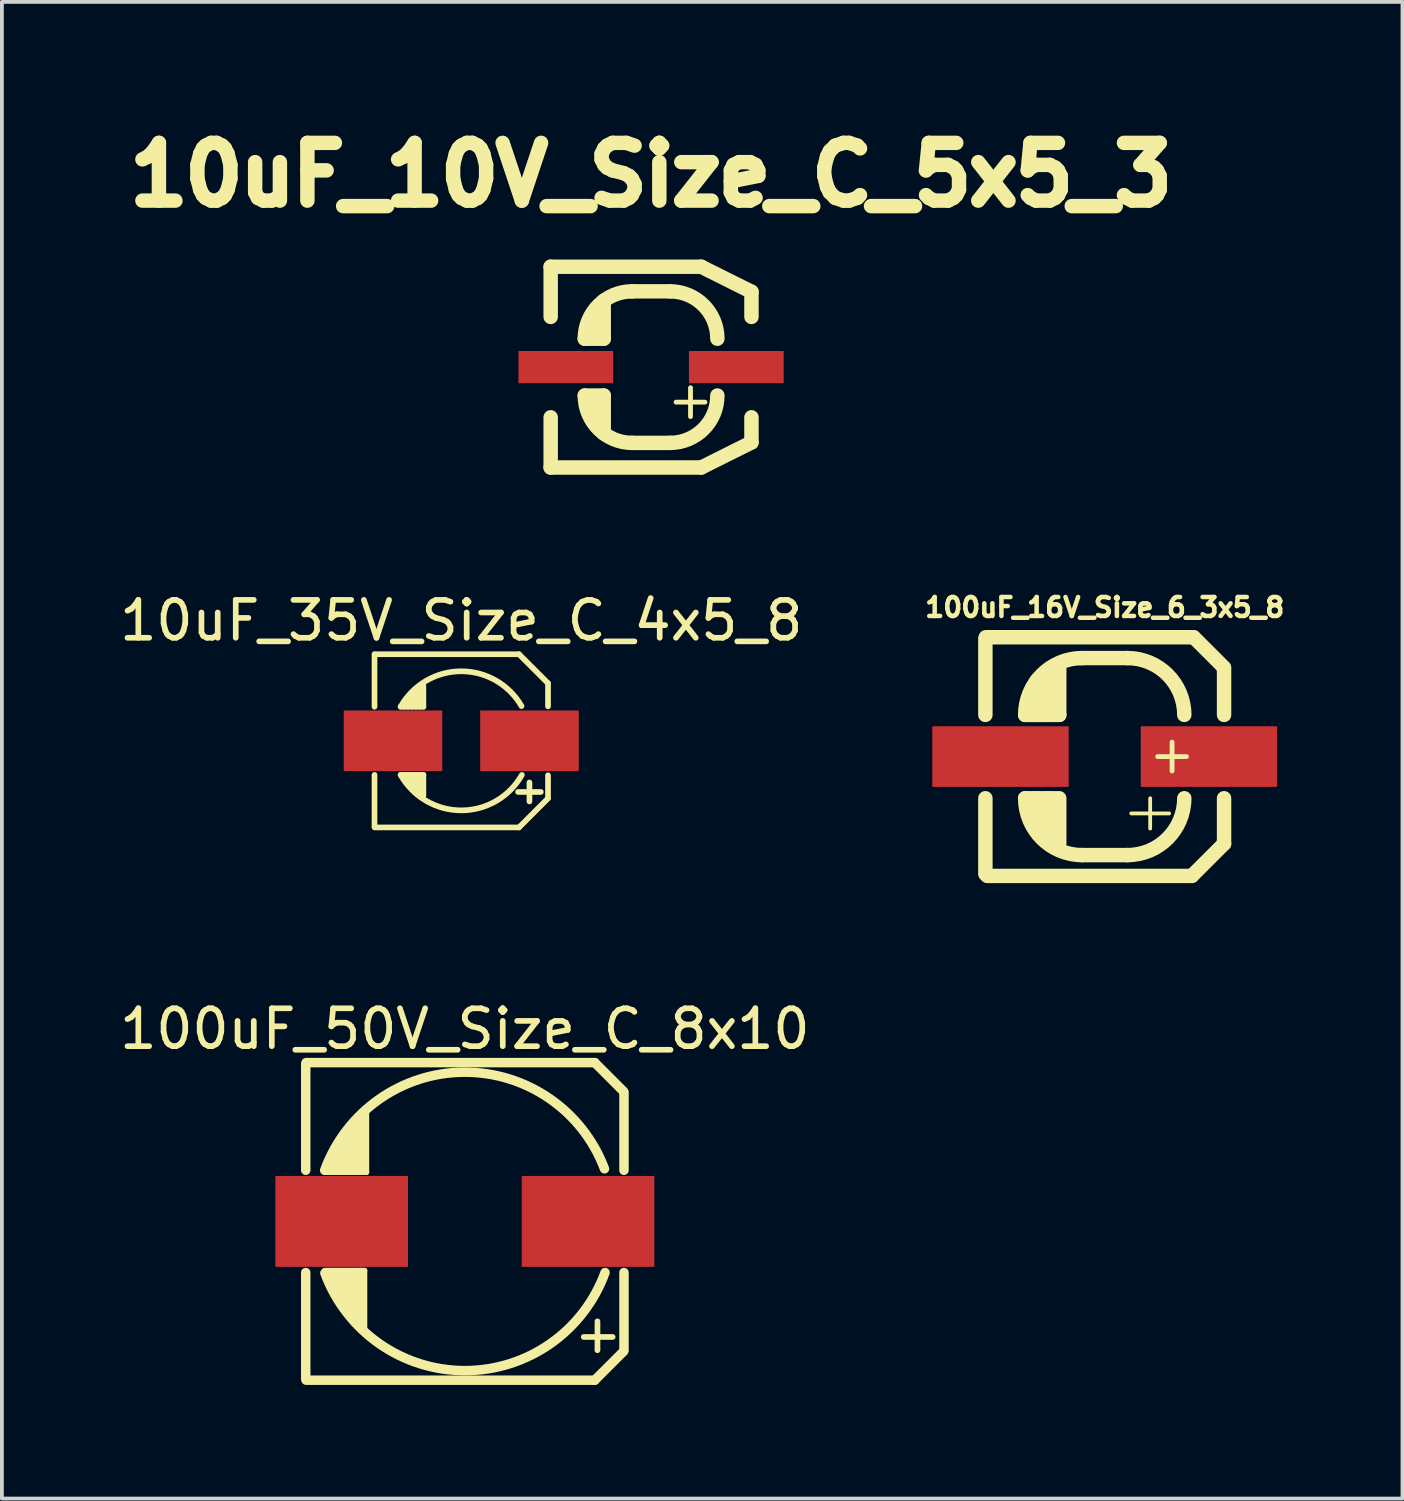
<source format=kicad_pcb>
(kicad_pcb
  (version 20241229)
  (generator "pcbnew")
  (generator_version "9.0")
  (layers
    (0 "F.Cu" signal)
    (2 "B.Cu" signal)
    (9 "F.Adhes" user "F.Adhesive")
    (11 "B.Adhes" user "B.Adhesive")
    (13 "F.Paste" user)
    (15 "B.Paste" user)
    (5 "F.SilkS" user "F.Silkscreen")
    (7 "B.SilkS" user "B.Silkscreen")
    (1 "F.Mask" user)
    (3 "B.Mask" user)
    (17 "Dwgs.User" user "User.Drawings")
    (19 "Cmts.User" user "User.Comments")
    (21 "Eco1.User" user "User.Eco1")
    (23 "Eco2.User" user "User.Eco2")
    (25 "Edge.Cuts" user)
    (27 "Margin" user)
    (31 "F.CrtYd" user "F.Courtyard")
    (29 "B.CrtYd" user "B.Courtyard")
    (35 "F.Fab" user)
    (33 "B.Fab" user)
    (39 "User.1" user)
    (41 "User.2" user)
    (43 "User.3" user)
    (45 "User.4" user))
  (footprint "10uF_35V_Size_C_4x5_8"
    (layer "F.Cu")
    (at 9.125 16.504)
    (property "Reference" "10uF_35V_Size_C_4x5_8" (at 0 -3.175 0) (layer "F.SilkS") (effects (font (size 1 1) (thickness 0.15))))
    (attr smd)
    (fp_line (start -2.29 -2.28) (end -2.29 -0.9) (stroke (width 0.15) (type solid)) (layer "F.SilkS"))
    (fp_line (start -2.29 2.27) (end -2.29 0.9) (stroke (width 0.15) (type solid)) (layer "F.SilkS"))
    (fp_line (start -1.5 -1.05) (end -1.5 -0.9) (stroke (width 0.15) (type solid)) (layer "F.SilkS"))
    (fp_line (start -1.5 0.9) (end -1.5 1) (stroke (width 0.15) (type solid)) (layer "F.SilkS"))
    (fp_line (start -1.4 -1.15) (end -1.4 -0.9) (stroke (width 0.15) (type solid)) (layer "F.SilkS"))
    (fp_line (start -1.4 0.9) (end -1.4 1.1) (stroke (width 0.15) (type solid)) (layer "F.SilkS"))
    (fp_line (start -1.3 -1.25) (end -1.3 -0.9) (stroke (width 0.15) (type solid)) (layer "F.SilkS"))
    (fp_line (start -1.3 0.9) (end -1.3 1.25) (stroke (width 0.15) (type solid)) (layer "F.SilkS"))
    (fp_line (start -1.2 -1.35) (end -1.2 -0.9) (stroke (width 0.15) (type solid)) (layer "F.SilkS"))
    (fp_line (start -1.2 0.9) (end -1.2 1.3) (stroke (width 0.15) (type solid)) (layer "F.SilkS"))
    (fp_line (start -1.1 -1.45) (end -1.1 -0.9) (stroke (width 0.15) (type solid)) (layer "F.SilkS"))
    (fp_line (start -1.1 0.9) (end -1.1 1.4) (stroke (width 0.15) (type solid)) (layer "F.SilkS"))
    (fp_line (start -1 -1.45) (end -1 -0.9) (stroke (width 0.15) (type solid)) (layer "F.SilkS"))
    (fp_line (start -1 -0.9) (end -1.6 -0.9) (stroke (width 0.15) (type solid)) (layer "F.SilkS"))
    (fp_line (start -1 0.9) (end -1.6 0.9) (stroke (width 0.15) (type solid)) (layer "F.SilkS"))
    (fp_line (start -1 0.9) (end -1 1.45) (stroke (width 0.15) (type solid)) (layer "F.SilkS"))
    (fp_line (start 1.5 1.35) (end 2.1 1.35) (stroke (width 0.15) (type solid)) (layer "F.SilkS"))
    (fp_line (start 1.524 -2.286) (end -2.286 -2.286) (stroke (width 0.15) (type solid)) (layer "F.SilkS"))
    (fp_line (start 1.524 -2.286) (end 2.286 -1.524) (stroke (width 0.15) (type solid)) (layer "F.SilkS"))
    (fp_line (start 1.524 2.286) (end -2.286 2.286) (stroke (width 0.15) (type solid)) (layer "F.SilkS"))
    (fp_line (start 1.524 2.286) (end 2.286 1.524) (stroke (width 0.15) (type solid)) (layer "F.SilkS"))
    (fp_line (start 1.8 1.1) (end 1.8 1.6) (stroke (width 0.15) (type solid)) (layer "F.SilkS"))
    (fp_line (start 2.29 -1.52) (end 2.29 -0.91) (stroke (width 0.15) (type solid)) (layer "F.SilkS"))
    (fp_line (start 2.29 1.51) (end 2.29 0.91) (stroke (width 0.15) (type solid)) (layer "F.SilkS"))
    (fp_arc (start -1.6 -0.9) (mid -0.009192 -1.835733) (end 1.590907 -0.915977) (stroke (width 0.15) (type solid)) (layer "F.SilkS"))
    (fp_arc (start 1.6 0.9) (mid 0 1.835756) (end -1.6 0.9) (stroke (width 0.15) (type solid)) (layer "F.SilkS"))
    (pad "1" smd rect (at 1.801 0) (size 2.601 1.6) (layers "F.Cu" "F.Mask" "F.Paste"))
    (pad "2" smd rect (at -1.801 0) (size 2.601 1.6) (layers "F.Cu" "F.Mask" "F.Paste")))
  (footprint "100uF_16V_Size_6_3x5_8"
    (layer "F.Cu")
    (at 26.109 16.92)
    (property "Reference" "100uF_16V_Size_6_3x5_8" (at 0 -3.937 0) (layer "F.SilkS") (effects (font (size 0.5 0.5) (thickness 0.119))))
    (attr through_hole)
    (fp_line (start -3.15 -3.1) (end -3.15 -1.1) (stroke (width 0.381) (type solid)) (layer "F.SilkS"))
    (fp_line (start -3.15 3.1) (end -3.15 1.1) (stroke (width 0.381) (type solid)) (layer "F.SilkS"))
    (fp_line (start -3.1 3.15) (end 2.3 3.15) (stroke (width 0.381) (type solid)) (layer "F.SilkS"))
    (fp_line (start -2.1 1.1) (end -1.3 1.1) (stroke (width 0.381) (type solid)) (layer "F.SilkS"))
    (fp_line (start -1.8 -2) (end -1.8 -1.1) (stroke (width 0.381) (type solid)) (layer "F.SilkS"))
    (fp_line (start -1.8 1.9) (end -1.8 1.1) (stroke (width 0.381) (type solid)) (layer "F.SilkS"))
    (fp_line (start -1.5 -2.2) (end -1.5 -1.1) (stroke (width 0.381) (type solid)) (layer "F.SilkS"))
    (fp_line (start -1.5 2.2) (end -1.5 1.1) (stroke (width 0.381) (type solid)) (layer "F.SilkS"))
    (fp_line (start -1.2 -2.4) (end -1.2 -1.1) (stroke (width 0.381) (type solid)) (layer "F.SilkS"))
    (fp_line (start -1.2 -1.1) (end -2.1 -1.1) (stroke (width 0.381) (type solid)) (layer "F.SilkS"))
    (fp_line (start -1.2 1.1) (end -1.2 2.3) (stroke (width 0.381) (type solid)) (layer "F.SilkS"))
    (fp_line (start -0.6 2.6) (end 0.6 2.6) (stroke (width 0.381) (type solid)) (layer "F.SilkS"))
    (fp_line (start 0.6 -2.6) (end -0.6 -2.6) (stroke (width 0.381) (type solid)) (layer "F.SilkS"))
    (fp_line (start 0.7 1.5) (end 1.7 1.5) (stroke (width 0.1) (type solid)) (layer "F.SilkS"))
    (fp_line (start 1.2 1.1) (end 1.2 1.9) (stroke (width 0.1) (type solid)) (layer "F.SilkS"))
    (fp_line (start 1.778 -0.381) (end 1.778 0.381) (stroke (width 0.127) (type solid)) (layer "F.SilkS"))
    (fp_line (start 2.159 0) (end 1.397 0) (stroke (width 0.127) (type solid)) (layer "F.SilkS"))
    (fp_line (start 2.34 -3.15) (end -3.14 -3.15) (stroke (width 0.381) (type solid)) (layer "F.SilkS"))
    (fp_line (start 3.15 -2.35) (end 2.35 -3.15) (stroke (width 0.381) (type solid)) (layer "F.SilkS"))
    (fp_line (start 3.15 -2.3) (end 3.15 -1.1) (stroke (width 0.381) (type solid)) (layer "F.SilkS"))
    (fp_line (start 3.15 1.1) (end 3.15 2.3) (stroke (width 0.381) (type solid)) (layer "F.SilkS"))
    (fp_line (start 3.15 2.3) (end 2.31 3.14) (stroke (width 0.381) (type solid)) (layer "F.SilkS"))
    (fp_arc (start -2.1 -1.1) (mid -1.66066 -2.16066) (end -0.6 -2.6) (stroke (width 0.381) (type solid)) (layer "F.SilkS"))
    (fp_arc (start -0.6 2.6) (mid -1.66066 2.16066) (end -2.1 1.1) (stroke (width 0.381) (type solid)) (layer "F.SilkS"))
    (fp_arc (start 0.6 -2.6) (mid 1.66066 -2.16066) (end 2.1 -1.1) (stroke (width 0.381) (type solid)) (layer "F.SilkS"))
    (fp_arc (start 2.1 1.1) (mid 1.66066 2.16066) (end 0.6 2.6) (stroke (width 0.381) (type solid)) (layer "F.SilkS"))
    (pad "1" smd rect (at 2.751 0) (size 3.599 1.6) (layers "F.Cu" "F.Mask" "F.Paste"))
    (pad "2" smd rect (at -2.751 0) (size 3.599 1.6) (layers "F.Cu" "F.Mask" "F.Paste")))
  (footprint "100uF_50V_Size_C_8x10"
    (layer "F.Cu")
    (at 9.22 29.189)
    (property "Reference" "100uF_50V_Size_C_8x10" (at 0 -5.08 0) (layer "F.SilkS") (effects (font (size 1 1) (thickness 0.15))))
    (attr smd)
    (fp_line (start -4.2 -4.15) (end -4.2 -1.35) (stroke (width 0.25) (type solid)) (layer "F.SilkS"))
    (fp_line (start -4.2 4.15) (end -4.2 1.35) (stroke (width 0.25) (type solid)) (layer "F.SilkS"))
    (fp_line (start -4.191 4.191) (end 3.429 4.191) (stroke (width 0.25) (type solid)) (layer "F.SilkS"))
    (fp_line (start -3.7 1.3) (end -2.65 1.3) (stroke (width 0.15) (type solid)) (layer "F.SilkS"))
    (fp_line (start -3.6 -1.3) (end -3.6 -1.45) (stroke (width 0.15) (type solid)) (layer "F.SilkS"))
    (fp_line (start -3.55 1.3) (end -3.55 1.65) (stroke (width 0.15) (type solid)) (layer "F.SilkS"))
    (fp_line (start -3.5 -1.3) (end -3.5 -1.7) (stroke (width 0.15) (type solid)) (layer "F.SilkS"))
    (fp_line (start -3.45 1.3) (end -3.45 1.85) (stroke (width 0.15) (type solid)) (layer "F.SilkS"))
    (fp_line (start -3.4 -1.3) (end -3.4 -1.9) (stroke (width 0.15) (type solid)) (layer "F.SilkS"))
    (fp_line (start -3.35 1.3) (end -3.35 2) (stroke (width 0.15) (type solid)) (layer "F.SilkS"))
    (fp_line (start -3.3 -1.3) (end -3.3 -2.1) (stroke (width 0.15) (type solid)) (layer "F.SilkS"))
    (fp_line (start -3.25 1.3) (end -3.25 2.15) (stroke (width 0.15) (type solid)) (layer "F.SilkS"))
    (fp_line (start -3.2 -1.3) (end -3.2 -2.25) (stroke (width 0.15) (type solid)) (layer "F.SilkS"))
    (fp_line (start -3.15 1.3) (end -3.15 2.25) (stroke (width 0.15) (type solid)) (layer "F.SilkS"))
    (fp_line (start -3.1 -1.3) (end -3.1 -2.4) (stroke (width 0.15) (type solid)) (layer "F.SilkS"))
    (fp_line (start -3.05 1.3) (end -3.05 2.4) (stroke (width 0.15) (type solid)) (layer "F.SilkS"))
    (fp_line (start -3 -1.3) (end -3 -2.5) (stroke (width 0.15) (type solid)) (layer "F.SilkS"))
    (fp_line (start -2.95 1.3) (end -2.95 2.5) (stroke (width 0.15) (type solid)) (layer "F.SilkS"))
    (fp_line (start -2.9 -1.3) (end -2.9 -2.6) (stroke (width 0.15) (type solid)) (layer "F.SilkS"))
    (fp_line (start -2.85 1.3) (end -2.85 2.65) (stroke (width 0.15) (type solid)) (layer "F.SilkS"))
    (fp_line (start -2.8 -1.3) (end -2.8 -2.7) (stroke (width 0.15) (type solid)) (layer "F.SilkS"))
    (fp_line (start -2.75 1.3) (end -2.75 2.75) (stroke (width 0.15) (type solid)) (layer "F.SilkS"))
    (fp_line (start -2.7 -1.3) (end -2.7 -2.8) (stroke (width 0.15) (type solid)) (layer "F.SilkS"))
    (fp_line (start -2.65 1.3) (end -2.65 2.85) (stroke (width 0.15) (type solid)) (layer "F.SilkS"))
    (fp_line (start -2.6 -1.3) (end -3.7 -1.3) (stroke (width 0.15) (type solid)) (layer "F.SilkS"))
    (fp_line (start -2.6 -1.3) (end -2.6 -2.9) (stroke (width 0.15) (type solid)) (layer "F.SilkS"))
    (fp_line (start 3.429 -4.191) (end -4.191 -4.191) (stroke (width 0.25) (type solid)) (layer "F.SilkS"))
    (fp_line (start 3.429 4.191) (end 4.191 3.429) (stroke (width 0.25) (type solid)) (layer "F.SilkS"))
    (fp_line (start 3.5 2.638) (end 3.5 3.4) (stroke (width 0.15) (type solid)) (layer "F.SilkS"))
    (fp_line (start 3.9 3.05) (end 3.138 3.05) (stroke (width 0.15) (type solid)) (layer "F.SilkS"))
    (fp_line (start 4.191 -3.429) (end 3.429 -4.191) (stroke (width 0.25) (type solid)) (layer "F.SilkS"))
    (fp_line (start 4.2 -3.4) (end 4.2 -1.35) (stroke (width 0.25) (type solid)) (layer "F.SilkS"))
    (fp_line (start 4.2 3.4) (end 4.2 1.35) (stroke (width 0.25) (type solid)) (layer "F.SilkS"))
    (fp_arc (start -3.7 -1.35) (mid -0.020682 -3.938537) (end 3.685618 -1.388784) (stroke (width 0.25) (type solid)) (layer "F.SilkS"))
    (fp_arc (start 3.7 1.35) (mid 0.007577 3.938584) (end -3.694778 1.364226) (stroke (width 0.25) (type solid)) (layer "F.SilkS"))
    (pad "1" smd rect (at 3.251 0) (size 3.5 2.4) (layers "F.Cu" "F.Mask" "F.Paste"))
    (pad "2" smd rect (at -3.251 0) (size 3.5 2.4) (layers "F.Cu" "F.Mask" "F.Paste")))
  (footprint "10uF_10V_Size_C_5x5_3"
    (layer "F.Cu")
    (at 14.135 6.64)
    (property "Reference" "10uF_10V_Size_C_5x5_3" (at 0 -5.08 0) (layer "F.SilkS") (effects (font (size 1.524 1.524) (thickness 0.381))))
    (attr through_hole)
    (fp_line (start -2.65 -2.65) (end -2.65 -1.325) (stroke (width 0.381) (type solid)) (layer "F.SilkS"))
    (fp_line (start -2.65 -2.65) (end 1.325 -2.65) (stroke (width 0.381) (type solid)) (layer "F.SilkS"))
    (fp_line (start -2.65 1.325) (end -2.65 2.65) (stroke (width 0.381) (type solid)) (layer "F.SilkS"))
    (fp_line (start -2.65 2.65) (end 1.325 2.65) (stroke (width 0.381) (type solid)) (layer "F.SilkS"))
    (fp_line (start -1.75 -0.75) (end -1.25 -0.75) (stroke (width 0.381) (type solid)) (layer "F.SilkS"))
    (fp_line (start -1.75 0.75) (end -1.25 0.75) (stroke (width 0.381) (type solid)) (layer "F.SilkS"))
    (fp_line (start -1.5 -0.8) (end -1.5 -1.3) (stroke (width 0.381) (type solid)) (layer "F.SilkS"))
    (fp_line (start -1.5 0.8) (end -1.5 1.2) (stroke (width 0.381) (type solid)) (layer "F.SilkS"))
    (fp_line (start -1.25 -0.75) (end -1.25 -1.75) (stroke (width 0.381) (type solid)) (layer "F.SilkS"))
    (fp_line (start -1.25 0.75) (end -1.25 1.75) (stroke (width 0.381) (type solid)) (layer "F.SilkS"))
    (fp_line (start -0.5 -2) (end 0.5 -2) (stroke (width 0.381) (type solid)) (layer "F.SilkS"))
    (fp_line (start -0.5 2) (end 0.5 2) (stroke (width 0.381) (type solid)) (layer "F.SilkS"))
    (fp_line (start 1.041 0.544) (end 1.041 1.306) (stroke (width 0.127) (type solid)) (layer "F.SilkS"))
    (fp_line (start 1.325 -2.65) (end 2.65 -1.988) (stroke (width 0.381) (type solid)) (layer "F.SilkS"))
    (fp_line (start 1.422 0.925) (end 0.66 0.925) (stroke (width 0.127) (type solid)) (layer "F.SilkS"))
    (fp_line (start 2.65 -1.988) (end 2.65 -1.325) (stroke (width 0.381) (type solid)) (layer "F.SilkS"))
    (fp_line (start 2.65 1.325) (end 2.65 1.988) (stroke (width 0.381) (type solid)) (layer "F.SilkS"))
    (fp_line (start 2.65 1.988) (end 1.325 2.65) (stroke (width 0.381) (type solid)) (layer "F.SilkS"))
    (fp_arc (start -1.75 -0.75) (mid -1.383883 -1.633883) (end -0.5 -2) (stroke (width 0.381) (type solid)) (layer "F.SilkS"))
    (fp_arc (start -0.5 2) (mid -1.383883 1.633883) (end -1.75 0.75) (stroke (width 0.381) (type solid)) (layer "F.SilkS"))
    (fp_arc (start 0.5 -2) (mid 1.383883 -1.633883) (end 1.75 -0.75) (stroke (width 0.381) (type solid)) (layer "F.SilkS"))
    (fp_arc (start 1.75 0.75) (mid 1.383883 1.633883) (end 0.5 2) (stroke (width 0.381) (type solid)) (layer "F.SilkS"))
    (pad "1" smd rect (at 2.25 0) (size 2.5 0.85) (layers "F.Cu" "F.Mask" "F.Paste"))
    (pad "2" smd rect (at -2.25 0) (size 2.5 0.85) (layers "F.Cu" "F.Mask" "F.Paste")))
  (gr_rect
    (start -3 -3)
    (end 33.968 36.505)
    (stroke (width 0.1) (type default))
    (fill no)
    (layer "Edge.Cuts")))
</source>
